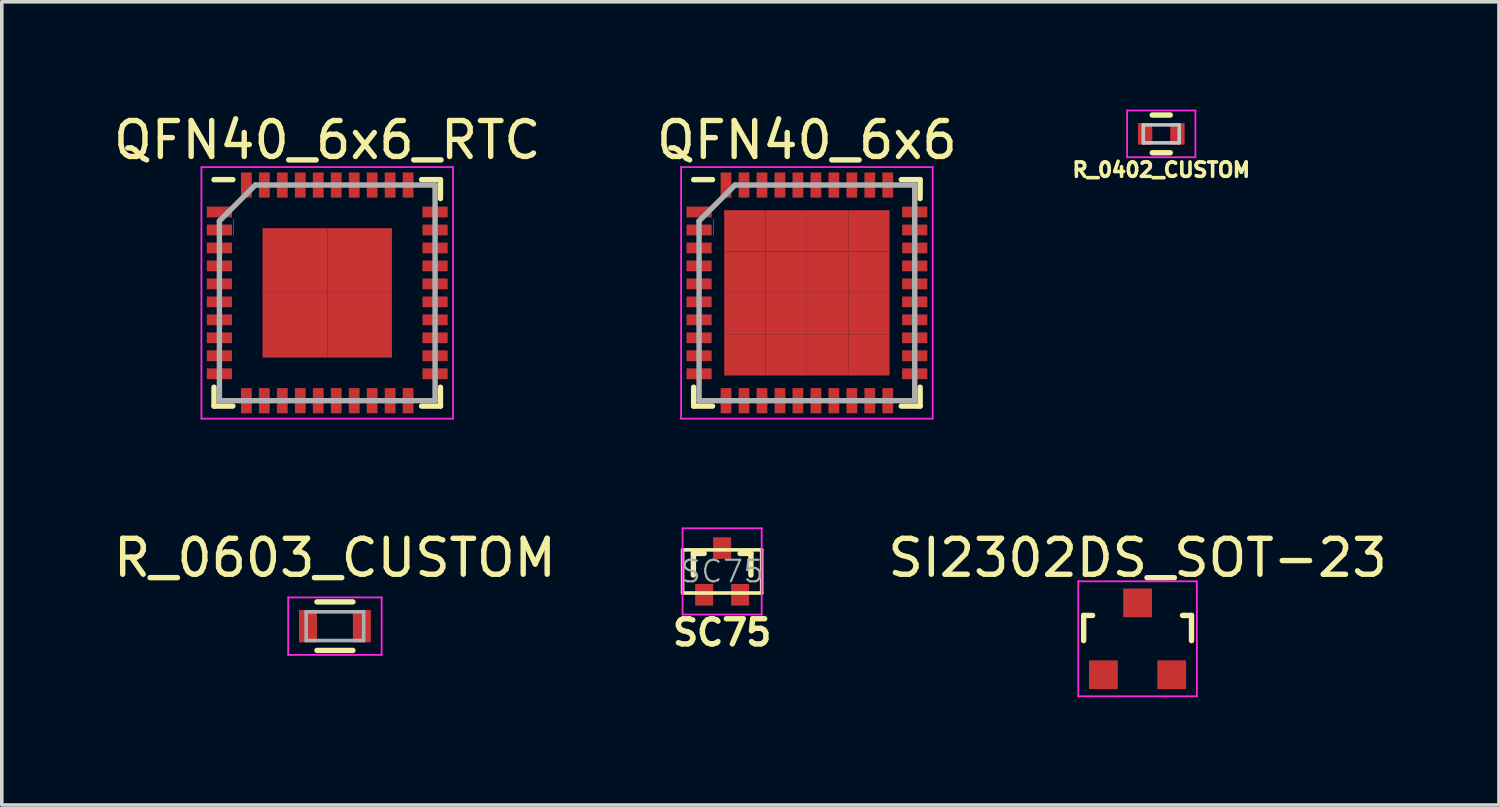
<source format=kicad_pcb>
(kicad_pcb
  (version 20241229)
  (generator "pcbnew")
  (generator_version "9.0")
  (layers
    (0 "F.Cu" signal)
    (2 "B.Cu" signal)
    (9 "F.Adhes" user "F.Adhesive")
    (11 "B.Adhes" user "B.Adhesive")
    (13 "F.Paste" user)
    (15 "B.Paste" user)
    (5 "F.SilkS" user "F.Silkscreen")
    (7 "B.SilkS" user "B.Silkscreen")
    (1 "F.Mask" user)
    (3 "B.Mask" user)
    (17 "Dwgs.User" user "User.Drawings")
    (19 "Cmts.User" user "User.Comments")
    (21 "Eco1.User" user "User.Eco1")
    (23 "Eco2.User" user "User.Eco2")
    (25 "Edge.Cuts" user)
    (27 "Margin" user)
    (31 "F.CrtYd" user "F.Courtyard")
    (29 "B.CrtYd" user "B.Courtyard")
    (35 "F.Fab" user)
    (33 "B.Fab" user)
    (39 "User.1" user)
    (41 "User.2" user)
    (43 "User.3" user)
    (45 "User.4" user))
  (footprint "QFN40_6x6_RTC"
    (layer "F.Cu")
    (at 6.054 5.098)
    (property "Reference" "QFN40_6x6_RTC" (at 0 -4.25 0) (layer "F.SilkS") (effects (font (size 1 1) (thickness 0.15))))
    (attr smd)
    (fp_line (start -3.15 -3.15) (end -2.625 -3.15) (stroke (width 0.15) (type solid)) (layer "F.SilkS"))
    (fp_line (start -3.15 3.15) (end -3.15 2.625) (stroke (width 0.15) (type solid)) (layer "F.SilkS"))
    (fp_line (start -3.15 3.15) (end -2.625 3.15) (stroke (width 0.15) (type solid)) (layer "F.SilkS"))
    (fp_line (start 3.15 -3.15) (end 2.625 -3.15) (stroke (width 0.15) (type solid)) (layer "F.SilkS"))
    (fp_line (start 3.15 -3.15) (end 3.15 -2.625) (stroke (width 0.15) (type solid)) (layer "F.SilkS"))
    (fp_line (start 3.15 3.15) (end 2.625 3.15) (stroke (width 0.15) (type solid)) (layer "F.SilkS"))
    (fp_line (start 3.15 3.15) (end 3.15 2.625) (stroke (width 0.15) (type solid)) (layer "F.SilkS"))
    (fp_line (start -2.6 -2.05) (end -2.6 -1.6) (stroke (width 0.01) (type solid)) (layer "Dwgs.User"))
    (fp_line (start -3.5 -3.5) (end -3.5 3.5) (stroke (width 0.05) (type solid)) (layer "F.CrtYd"))
    (fp_line (start -3.5 -3.5) (end 3.5 -3.5) (stroke (width 0.05) (type solid)) (layer "F.CrtYd"))
    (fp_line (start -3.5 3.5) (end 3.5 3.5) (stroke (width 0.05) (type solid)) (layer "F.CrtYd"))
    (fp_line (start 3.5 -3.5) (end 3.5 3.5) (stroke (width 0.05) (type solid)) (layer "F.CrtYd"))
    (fp_line (start -3 -2) (end -2 -3) (stroke (width 0.15) (type solid)) (layer "F.Fab"))
    (fp_line (start -3 3) (end -3 -2) (stroke (width 0.15) (type solid)) (layer "F.Fab"))
    (fp_line (start -2 -3) (end 3 -3) (stroke (width 0.15) (type solid)) (layer "F.Fab"))
    (fp_line (start 3 -3) (end 3 3) (stroke (width 0.15) (type solid)) (layer "F.Fab"))
    (fp_line (start 3 3) (end -3 3) (stroke (width 0.15) (type solid)) (layer "F.Fab"))
    (pad "1" smd rect (at -3 -2.25) (size 0.7 0.3) (layers "F.Cu" "F.Mask" "F.Paste"))
    (pad "2" smd rect (at -3 -1.75) (size 0.7 0.3) (layers "F.Cu" "F.Mask" "F.Paste"))
    (pad "3" smd rect (at -3 -1.25) (size 0.7 0.3) (layers "F.Cu" "F.Mask" "F.Paste"))
    (pad "4" smd rect (at -3 -0.75) (size 0.7 0.3) (layers "F.Cu" "F.Mask" "F.Paste"))
    (pad "5" smd rect (at -3 -0.25) (size 0.7 0.3) (layers "F.Cu" "F.Mask" "F.Paste"))
    (pad "6" smd rect (at -3 0.25) (size 0.7 0.3) (layers "F.Cu" "F.Mask" "F.Paste"))
    (pad "7" smd rect (at -3 0.75) (size 0.7 0.3) (layers "F.Cu" "F.Mask" "F.Paste"))
    (pad "8" smd rect (at -3 1.25) (size 0.7 0.3) (layers "F.Cu" "F.Mask" "F.Paste"))
    (pad "9" smd rect (at -3 1.75) (size 0.7 0.3) (layers "F.Cu" "F.Mask" "F.Paste"))
    (pad "10" smd rect (at -3 2.25) (size 0.7 0.3) (layers "F.Cu" "F.Mask" "F.Paste"))
    (pad "11" smd rect (at -2.25 3 90) (size 0.7 0.3) (layers "F.Cu" "F.Mask" "F.Paste"))
    (pad "12" smd rect (at -1.75 3 90) (size 0.7 0.3) (layers "F.Cu" "F.Mask" "F.Paste"))
    (pad "13" smd rect (at -1.25 3 90) (size 0.7 0.3) (layers "F.Cu" "F.Mask" "F.Paste"))
    (pad "14" smd rect (at -0.75 3 90) (size 0.7 0.3) (layers "F.Cu" "F.Mask" "F.Paste"))
    (pad "15" smd rect (at -0.25 3 90) (size 0.7 0.3) (layers "F.Cu" "F.Mask" "F.Paste"))
    (pad "16" smd rect (at 0.25 3 90) (size 0.7 0.3) (layers "F.Cu" "F.Mask" "F.Paste"))
    (pad "17" smd rect (at 0.75 3 90) (size 0.7 0.3) (layers "F.Cu" "F.Mask" "F.Paste"))
    (pad "18" smd rect (at 1.25 3 90) (size 0.7 0.3) (layers "F.Cu" "F.Mask" "F.Paste"))
    (pad "19" smd rect (at 1.75 3 90) (size 0.7 0.3) (layers "F.Cu" "F.Mask" "F.Paste"))
    (pad "20" smd rect (at 2.25 3 90) (size 0.7 0.3) (layers "F.Cu" "F.Mask" "F.Paste"))
    (pad "21" smd rect (at 3 2.25) (size 0.7 0.3) (layers "F.Cu" "F.Mask" "F.Paste"))
    (pad "22" smd rect (at 3 1.75) (size 0.7 0.3) (layers "F.Cu" "F.Mask" "F.Paste"))
    (pad "23" smd rect (at 3 1.25) (size 0.7 0.3) (layers "F.Cu" "F.Mask" "F.Paste"))
    (pad "24" smd rect (at 3 0.75) (size 0.7 0.3) (layers "F.Cu" "F.Mask" "F.Paste"))
    (pad "25" smd rect (at 3 0.25) (size 0.7 0.3) (layers "F.Cu" "F.Mask" "F.Paste"))
    (pad "26" smd rect (at 3 -0.25) (size 0.7 0.3) (layers "F.Cu" "F.Mask" "F.Paste"))
    (pad "27" smd rect (at 3 -0.75) (size 0.7 0.3) (layers "F.Cu" "F.Mask" "F.Paste"))
    (pad "28" smd rect (at 3 -1.25) (size 0.7 0.3) (layers "F.Cu" "F.Mask" "F.Paste"))
    (pad "29" smd rect (at 3 -1.75) (size 0.7 0.3) (layers "F.Cu" "F.Mask" "F.Paste"))
    (pad "30" smd rect (at 3 -2.25) (size 0.7 0.3) (layers "F.Cu" "F.Mask" "F.Paste"))
    (pad "31" smd rect (at 2.25 -3 90) (size 0.7 0.3) (layers "F.Cu" "F.Mask" "F.Paste"))
    (pad "32" smd rect (at 1.75 -3 90) (size 0.7 0.3) (layers "F.Cu" "F.Mask" "F.Paste"))
    (pad "33" smd rect (at 1.25 -3 90) (size 0.7 0.3) (layers "F.Cu" "F.Mask" "F.Paste"))
    (pad "34" smd rect (at 0.75 -3 90) (size 0.7 0.3) (layers "F.Cu" "F.Mask" "F.Paste"))
    (pad "35" smd rect (at 0.25 -3 90) (size 0.7 0.3) (layers "F.Cu" "F.Mask" "F.Paste"))
    (pad "36" smd rect (at -0.25 -3 90) (size 0.7 0.3) (layers "F.Cu" "F.Mask" "F.Paste"))
    (pad "37" smd rect (at -0.75 -3 90) (size 0.7 0.3) (layers "F.Cu" "F.Mask" "F.Paste"))
    (pad "38" smd rect (at -1.25 -3 90) (size 0.7 0.3) (layers "F.Cu" "F.Mask" "F.Paste"))
    (pad "39" smd rect (at -1.75 -3 90) (size 0.7 0.3) (layers "F.Cu" "F.Mask" "F.Paste"))
    (pad "40" smd rect (at -2.25 -3 90) (size 0.7 0.3) (layers "F.Cu" "F.Mask" "F.Paste"))
    (pad "41" smd rect (at -0.9 -0.9) (size 1.8 1.8) (layers "F.Cu" "F.Mask" "F.Paste"))
    (pad "41" smd rect (at -0.9 0.9) (size 1.8 1.8) (layers "F.Cu" "F.Mask" "F.Paste"))
    (pad "41" smd rect (at 0.9 -0.9) (size 1.8 1.8) (layers "F.Cu" "F.Mask" "F.Paste"))
    (pad "41" smd rect (at 0.9 0.9) (size 1.8 1.8) (layers "F.Cu" "F.Mask" "F.Paste")))
  (footprint "SI2302DS_SOT-23"
    (layer "F.Cu")
    (at 28.599 14.722)
    (property "Reference" "SI2302DS_SOT-23" (at 0 -2.25 0) (layer "F.SilkS") (effects (font (size 1 1) (thickness 0.15))))
    (attr smd)
    (fp_line (start -1.5 -0.65) (end -1.251 -0.65) (stroke (width 0.15) (type solid)) (layer "F.SilkS"))
    (fp_line (start -1.5 0.051) (end -1.5 -0.65) (stroke (width 0.15) (type solid)) (layer "F.SilkS"))
    (fp_line (start 1.299 -0.65) (end 1.251 -0.65) (stroke (width 0.15) (type solid)) (layer "F.SilkS"))
    (fp_line (start 1.299 -0.65) (end 1.5 -0.65) (stroke (width 0.15) (type solid)) (layer "F.SilkS"))
    (fp_line (start 1.5 -0.65) (end 1.5 0.051) (stroke (width 0.15) (type solid)) (layer "F.SilkS"))
    (fp_line (start -1.65 -1.6) (end 1.65 -1.6) (stroke (width 0.05) (type solid)) (layer "F.CrtYd"))
    (fp_line (start -1.65 1.6) (end -1.65 -1.6) (stroke (width 0.05) (type solid)) (layer "F.CrtYd"))
    (fp_line (start 1.65 -1.6) (end 1.65 1.6) (stroke (width 0.05) (type solid)) (layer "F.CrtYd"))
    (fp_line (start 1.65 1.6) (end -1.65 1.6) (stroke (width 0.05) (type solid)) (layer "F.CrtYd"))
    (pad "D" smd rect (at 0 -0.998) (size 0.8 0.8) (layers "F.Cu" "F.Mask" "F.Paste"))
    (pad "G" smd rect (at -0.95 1.001) (size 0.8 0.8) (layers "F.Cu" "F.Mask" "F.Paste"))
    (pad "S" smd rect (at 0.95 1.001) (size 0.8 0.8) (layers "F.Cu" "F.Mask" "F.Paste")))
  (footprint "QFN40_6x6"
    (layer "F.Cu")
    (at 19.399 5.098)
    (property "Reference" "QFN40_6x6" (at 0 -4.25 0) (layer "F.SilkS") (effects (font (size 1 1) (thickness 0.15))))
    (attr smd)
    (fp_line (start -3.15 -3.15) (end -2.625 -3.15) (stroke (width 0.15) (type solid)) (layer "F.SilkS"))
    (fp_line (start -3.15 3.15) (end -3.15 2.625) (stroke (width 0.15) (type solid)) (layer "F.SilkS"))
    (fp_line (start -3.15 3.15) (end -2.625 3.15) (stroke (width 0.15) (type solid)) (layer "F.SilkS"))
    (fp_line (start 3.15 -3.15) (end 2.625 -3.15) (stroke (width 0.15) (type solid)) (layer "F.SilkS"))
    (fp_line (start 3.15 -3.15) (end 3.15 -2.625) (stroke (width 0.15) (type solid)) (layer "F.SilkS"))
    (fp_line (start 3.15 3.15) (end 2.625 3.15) (stroke (width 0.15) (type solid)) (layer "F.SilkS"))
    (fp_line (start 3.15 3.15) (end 3.15 2.625) (stroke (width 0.15) (type solid)) (layer "F.SilkS"))
    (fp_line (start -2.6 -2.05) (end -2.6 -1.6) (stroke (width 0.01) (type solid)) (layer "Dwgs.User"))
    (fp_line (start -3.5 -3.5) (end -3.5 3.5) (stroke (width 0.05) (type solid)) (layer "F.CrtYd"))
    (fp_line (start -3.5 -3.5) (end 3.5 -3.5) (stroke (width 0.05) (type solid)) (layer "F.CrtYd"))
    (fp_line (start -3.5 3.5) (end 3.5 3.5) (stroke (width 0.05) (type solid)) (layer "F.CrtYd"))
    (fp_line (start 3.5 -3.5) (end 3.5 3.5) (stroke (width 0.05) (type solid)) (layer "F.CrtYd"))
    (fp_line (start -3 -2) (end -2 -3) (stroke (width 0.15) (type solid)) (layer "F.Fab"))
    (fp_line (start -3 3) (end -3 -2) (stroke (width 0.15) (type solid)) (layer "F.Fab"))
    (fp_line (start -2 -3) (end 3 -3) (stroke (width 0.15) (type solid)) (layer "F.Fab"))
    (fp_line (start 3 -3) (end 3 3) (stroke (width 0.15) (type solid)) (layer "F.Fab"))
    (fp_line (start 3 3) (end -3 3) (stroke (width 0.15) (type solid)) (layer "F.Fab"))
    (pad "1" smd rect (at -3 -2.25) (size 0.7 0.3) (layers "F.Cu" "F.Mask" "F.Paste"))
    (pad "2" smd rect (at -3 -1.75) (size 0.7 0.3) (layers "F.Cu" "F.Mask" "F.Paste"))
    (pad "3" smd rect (at -3 -1.25) (size 0.7 0.3) (layers "F.Cu" "F.Mask" "F.Paste"))
    (pad "4" smd rect (at -3 -0.75) (size 0.7 0.3) (layers "F.Cu" "F.Mask" "F.Paste"))
    (pad "5" smd rect (at -3 -0.25) (size 0.7 0.3) (layers "F.Cu" "F.Mask" "F.Paste"))
    (pad "6" smd rect (at -3 0.25) (size 0.7 0.3) (layers "F.Cu" "F.Mask" "F.Paste"))
    (pad "7" smd rect (at -3 0.75) (size 0.7 0.3) (layers "F.Cu" "F.Mask" "F.Paste"))
    (pad "8" smd rect (at -3 1.25) (size 0.7 0.3) (layers "F.Cu" "F.Mask" "F.Paste"))
    (pad "9" smd rect (at -3 1.75) (size 0.7 0.3) (layers "F.Cu" "F.Mask" "F.Paste"))
    (pad "10" smd rect (at -3 2.25) (size 0.7 0.3) (layers "F.Cu" "F.Mask" "F.Paste"))
    (pad "11" smd rect (at -2.25 3 90) (size 0.7 0.3) (layers "F.Cu" "F.Mask" "F.Paste"))
    (pad "12" smd rect (at -1.75 3 90) (size 0.7 0.3) (layers "F.Cu" "F.Mask" "F.Paste"))
    (pad "13" smd rect (at -1.25 3 90) (size 0.7 0.3) (layers "F.Cu" "F.Mask" "F.Paste"))
    (pad "14" smd rect (at -0.75 3 90) (size 0.7 0.3) (layers "F.Cu" "F.Mask" "F.Paste"))
    (pad "15" smd rect (at -0.25 3 90) (size 0.7 0.3) (layers "F.Cu" "F.Mask" "F.Paste"))
    (pad "16" smd rect (at 0.25 3 90) (size 0.7 0.3) (layers "F.Cu" "F.Mask" "F.Paste"))
    (pad "17" smd rect (at 0.75 3 90) (size 0.7 0.3) (layers "F.Cu" "F.Mask" "F.Paste"))
    (pad "18" smd rect (at 1.25 3 90) (size 0.7 0.3) (layers "F.Cu" "F.Mask" "F.Paste"))
    (pad "19" smd rect (at 1.75 3 90) (size 0.7 0.3) (layers "F.Cu" "F.Mask" "F.Paste"))
    (pad "20" smd rect (at 2.25 3 90) (size 0.7 0.3) (layers "F.Cu" "F.Mask" "F.Paste"))
    (pad "21" smd rect (at 3 2.25) (size 0.7 0.3) (layers "F.Cu" "F.Mask" "F.Paste"))
    (pad "22" smd rect (at 3 1.75) (size 0.7 0.3) (layers "F.Cu" "F.Mask" "F.Paste"))
    (pad "23" smd rect (at 3 1.25) (size 0.7 0.3) (layers "F.Cu" "F.Mask" "F.Paste"))
    (pad "24" smd rect (at 3 0.75) (size 0.7 0.3) (layers "F.Cu" "F.Mask" "F.Paste"))
    (pad "25" smd rect (at 3 0.25) (size 0.7 0.3) (layers "F.Cu" "F.Mask" "F.Paste"))
    (pad "26" smd rect (at 3 -0.25) (size 0.7 0.3) (layers "F.Cu" "F.Mask" "F.Paste"))
    (pad "27" smd rect (at 3 -0.75) (size 0.7 0.3) (layers "F.Cu" "F.Mask" "F.Paste"))
    (pad "28" smd rect (at 3 -1.25) (size 0.7 0.3) (layers "F.Cu" "F.Mask" "F.Paste"))
    (pad "29" smd rect (at 3 -1.75) (size 0.7 0.3) (layers "F.Cu" "F.Mask" "F.Paste"))
    (pad "30" smd rect (at 3 -2.25) (size 0.7 0.3) (layers "F.Cu" "F.Mask" "F.Paste"))
    (pad "31" smd rect (at 2.25 -3 90) (size 0.7 0.3) (layers "F.Cu" "F.Mask" "F.Paste"))
    (pad "32" smd rect (at 1.75 -3 90) (size 0.7 0.3) (layers "F.Cu" "F.Mask" "F.Paste"))
    (pad "33" smd rect (at 1.25 -3 90) (size 0.7 0.3) (layers "F.Cu" "F.Mask" "F.Paste"))
    (pad "34" smd rect (at 0.75 -3 90) (size 0.7 0.3) (layers "F.Cu" "F.Mask" "F.Paste"))
    (pad "35" smd rect (at 0.25 -3 90) (size 0.7 0.3) (layers "F.Cu" "F.Mask" "F.Paste"))
    (pad "36" smd rect (at -0.25 -3 90) (size 0.7 0.3) (layers "F.Cu" "F.Mask" "F.Paste"))
    (pad "37" smd rect (at -0.75 -3 90) (size 0.7 0.3) (layers "F.Cu" "F.Mask" "F.Paste"))
    (pad "38" smd rect (at -1.25 -3 90) (size 0.7 0.3) (layers "F.Cu" "F.Mask" "F.Paste"))
    (pad "39" smd rect (at -1.75 -3 90) (size 0.7 0.3) (layers "F.Cu" "F.Mask" "F.Paste"))
    (pad "40" smd rect (at -2.25 -3 90) (size 0.7 0.3) (layers "F.Cu" "F.Mask" "F.Paste"))
    (pad "41" smd rect (at -1.725 -1.725) (size 1.15 1.15) (layers "F.Cu" "F.Mask" "F.Paste"))
    (pad "41" smd rect (at -1.725 -0.575) (size 1.15 1.15) (layers "F.Cu" "F.Mask" "F.Paste"))
    (pad "41" smd rect (at -1.725 0.575) (size 1.15 1.15) (layers "F.Cu" "F.Mask" "F.Paste"))
    (pad "41" smd rect (at -1.725 1.725) (size 1.15 1.15) (layers "F.Cu" "F.Mask" "F.Paste"))
    (pad "41" smd rect (at -0.575 -1.725) (size 1.15 1.15) (layers "F.Cu" "F.Mask" "F.Paste"))
    (pad "41" smd rect (at -0.575 -0.575) (size 1.15 1.15) (layers "F.Cu" "F.Mask" "F.Paste"))
    (pad "41" smd rect (at -0.575 0.575) (size 1.15 1.15) (layers "F.Cu" "F.Mask" "F.Paste"))
    (pad "41" smd rect (at -0.575 1.725) (size 1.15 1.15) (layers "F.Cu" "F.Mask" "F.Paste"))
    (pad "41" smd rect (at 0.575 -1.725) (size 1.15 1.15) (layers "F.Cu" "F.Mask" "F.Paste"))
    (pad "41" smd rect (at 0.575 -0.575) (size 1.15 1.15) (layers "F.Cu" "F.Mask" "F.Paste"))
    (pad "41" smd rect (at 0.575 0.575) (size 1.15 1.15) (layers "F.Cu" "F.Mask" "F.Paste"))
    (pad "41" smd rect (at 0.575 1.725) (size 1.15 1.15) (layers "F.Cu" "F.Mask" "F.Paste"))
    (pad "41" smd rect (at 1.725 -1.725) (size 1.15 1.15) (layers "F.Cu" "F.Mask" "F.Paste"))
    (pad "41" smd rect (at 1.725 -0.575) (size 1.15 1.15) (layers "F.Cu" "F.Mask" "F.Paste"))
    (pad "41" smd rect (at 1.725 0.575) (size 1.15 1.15) (layers "F.Cu" "F.Mask" "F.Paste"))
    (pad "41" smd rect (at 1.725 1.725) (size 1.15 1.15) (layers "F.Cu" "F.Mask" "F.Paste")))
  (footprint "SC75"
    (layer "F.Cu")
    (at 17.041 12.848)
    (property "Reference" "SC75" (at 0 1.7 0) (layer "F.SilkS") (effects (font (size 0.7 0.7) (thickness 0.15))))
    (attr through_hole)
    (fp_line (start -1.1 -0.6) (end 1.1 -0.6) (stroke (width 0.1) (type solid)) (layer "F.SilkS"))
    (fp_line (start -1.1 0.6) (end -1.1 -0.6) (stroke (width 0.1) (type solid)) (layer "F.SilkS"))
    (fp_line (start -0.8 -0.5) (end -0.8 0.1) (stroke (width 0.15) (type solid)) (layer "F.SilkS"))
    (fp_line (start -0.5 -0.5) (end -0.8 -0.5) (stroke (width 0.15) (type solid)) (layer "F.SilkS"))
    (fp_line (start 0.5 -0.5) (end 0.8 -0.5) (stroke (width 0.15) (type solid)) (layer "F.SilkS"))
    (fp_line (start 0.8 -0.5) (end 0.8 0.1) (stroke (width 0.15) (type solid)) (layer "F.SilkS"))
    (fp_line (start 1.1 -0.6) (end 1.1 0.6) (stroke (width 0.1) (type solid)) (layer "F.SilkS"))
    (fp_line (start 1.1 0.6) (end -1.1 0.6) (stroke (width 0.1) (type solid)) (layer "F.SilkS"))
    (fp_line (start -1.1 -1.2) (end 1.1 -1.2) (stroke (width 0.05) (type solid)) (layer "F.CrtYd"))
    (fp_line (start -1.1 1.2) (end -1.1 -1.2) (stroke (width 0.05) (type solid)) (layer "F.CrtYd"))
    (fp_line (start 1.1 -1.2) (end 1.1 1.2) (stroke (width 0.05) (type solid)) (layer "F.CrtYd"))
    (fp_line (start 1.1 1.2) (end -1.1 1.2) (stroke (width 0.05) (type solid)) (layer "F.CrtYd"))
    (fp_text user "${REFERENCE}" (at 0 0 0) (layer "F.Fab") (effects (font (size 0.6 0.6) (thickness 0.06))))
    (pad "1" smd rect (at -0.5 0.65) (size 0.5 0.6) (layers "F.Cu" "F.Mask" "F.Paste"))
    (pad "2" smd rect (at 0.5 0.65) (size 0.5 0.6) (layers "F.Cu" "F.Mask" "F.Paste"))
    (pad "3" smd rect (at 0 -0.65) (size 0.5 0.6) (layers "F.Cu" "F.Mask" "F.Paste")))
  (footprint "R_0603_CUSTOM"
    (layer "F.Cu")
    (at 6.268 14.371)
    (property "Reference" "R_0603_CUSTOM" (at 0 -1.9 0) (layer "F.SilkS") (effects (font (size 1 1) (thickness 0.15))))
    (attr smd)
    (fp_line (start -0.5 -0.675) (end 0.5 -0.675) (stroke (width 0.15) (type solid)) (layer "F.SilkS"))
    (fp_line (start 0.5 0.675) (end -0.5 0.675) (stroke (width 0.15) (type solid)) (layer "F.SilkS"))
    (fp_line (start -1.3 -0.8) (end -1.3 0.8) (stroke (width 0.05) (type solid)) (layer "F.CrtYd"))
    (fp_line (start -1.3 -0.8) (end 1.3 -0.8) (stroke (width 0.05) (type solid)) (layer "F.CrtYd"))
    (fp_line (start -1.3 0.8) (end 1.3 0.8) (stroke (width 0.05) (type solid)) (layer "F.CrtYd"))
    (fp_line (start 1.3 -0.8) (end 1.3 0.8) (stroke (width 0.05) (type solid)) (layer "F.CrtYd"))
    (fp_line (start -0.8 -0.4) (end 0.8 -0.4) (stroke (width 0.1) (type solid)) (layer "F.Fab"))
    (fp_line (start -0.8 0.4) (end -0.8 -0.4) (stroke (width 0.1) (type solid)) (layer "F.Fab"))
    (fp_line (start 0.8 -0.4) (end 0.8 0.4) (stroke (width 0.1) (type solid)) (layer "F.Fab"))
    (fp_line (start 0.8 0.4) (end -0.8 0.4) (stroke (width 0.1) (type solid)) (layer "F.Fab"))
    (pad "1" smd rect (at -0.75 0) (size 0.5 0.9) (layers "F.Cu" "F.Mask" "F.Paste"))
    (pad "2" smd rect (at 0.75 0) (size 0.5 0.9) (layers "F.Cu" "F.Mask" "F.Paste")))
  (footprint "R_0402_CUSTOM"
    (layer "F.Cu")
    (at 29.258 0.675)
    (property "Reference" "R_0402_CUSTOM" (at 0 1 0) (layer "F.SilkS") (effects (font (size 0.4 0.4) (thickness 0.1))))
    (attr smd)
    (fp_line (start -0.25 0.525) (end 0.25 0.525) (stroke (width 0.15) (type solid)) (layer "F.SilkS"))
    (fp_line (start 0.25 -0.525) (end -0.25 -0.525) (stroke (width 0.15) (type solid)) (layer "F.SilkS"))
    (fp_line (start -0.5 -0.25) (end 0.5 -0.25) (stroke (width 0.1) (type solid)) (layer "Dwgs.User"))
    (fp_line (start -0.5 0.25) (end -0.5 -0.25) (stroke (width 0.1) (type solid)) (layer "Dwgs.User"))
    (fp_line (start 0.5 -0.25) (end 0.5 0.25) (stroke (width 0.1) (type solid)) (layer "Dwgs.User"))
    (fp_line (start 0.5 0.25) (end -0.5 0.25) (stroke (width 0.1) (type solid)) (layer "Dwgs.User"))
    (fp_line (start -0.95 -0.65) (end -0.95 0.65) (stroke (width 0.05) (type solid)) (layer "F.CrtYd"))
    (fp_line (start -0.95 -0.65) (end 0.95 -0.65) (stroke (width 0.05) (type solid)) (layer "F.CrtYd"))
    (fp_line (start -0.95 0.65) (end 0.95 0.65) (stroke (width 0.05) (type solid)) (layer "F.CrtYd"))
    (fp_line (start 0.95 -0.65) (end 0.95 0.65) (stroke (width 0.05) (type solid)) (layer "F.CrtYd"))
    (pad "1" smd rect (at -0.45 0) (size 0.4 0.6) (layers "F.Cu" "F.Mask" "F.Paste"))
    (pad "2" smd rect (at 0.45 0) (size 0.4 0.6) (layers "F.Cu" "F.Mask" "F.Paste")))
  (gr_rect
    (start -3 -3)
    (end 38.653 19.346)
    (stroke (width 0.1) (type default))
    (fill no)
    (layer "Edge.Cuts")))
</source>
